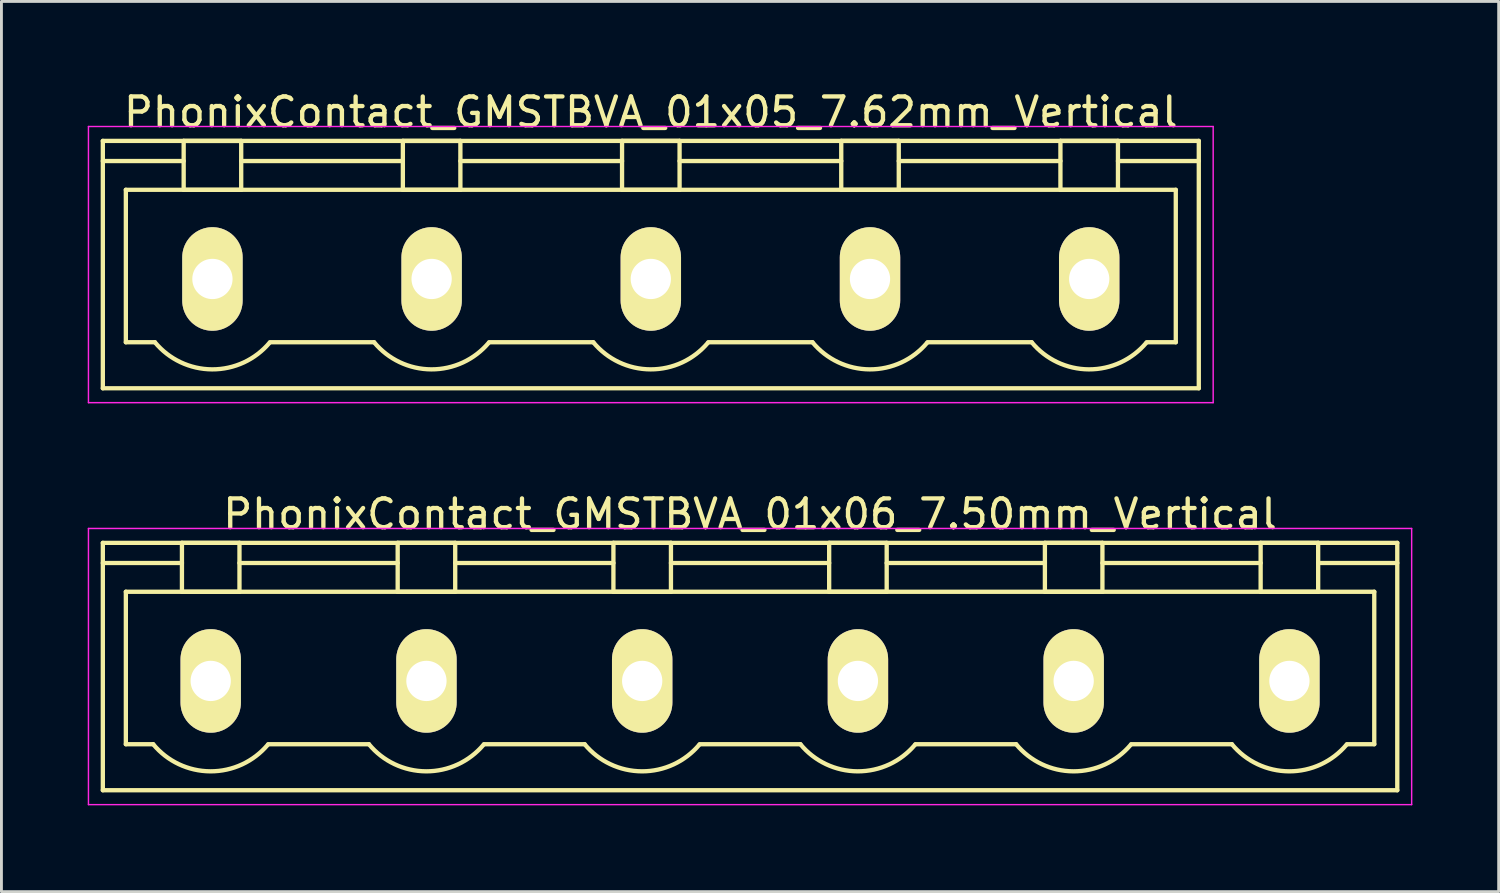
<source format=kicad_pcb>
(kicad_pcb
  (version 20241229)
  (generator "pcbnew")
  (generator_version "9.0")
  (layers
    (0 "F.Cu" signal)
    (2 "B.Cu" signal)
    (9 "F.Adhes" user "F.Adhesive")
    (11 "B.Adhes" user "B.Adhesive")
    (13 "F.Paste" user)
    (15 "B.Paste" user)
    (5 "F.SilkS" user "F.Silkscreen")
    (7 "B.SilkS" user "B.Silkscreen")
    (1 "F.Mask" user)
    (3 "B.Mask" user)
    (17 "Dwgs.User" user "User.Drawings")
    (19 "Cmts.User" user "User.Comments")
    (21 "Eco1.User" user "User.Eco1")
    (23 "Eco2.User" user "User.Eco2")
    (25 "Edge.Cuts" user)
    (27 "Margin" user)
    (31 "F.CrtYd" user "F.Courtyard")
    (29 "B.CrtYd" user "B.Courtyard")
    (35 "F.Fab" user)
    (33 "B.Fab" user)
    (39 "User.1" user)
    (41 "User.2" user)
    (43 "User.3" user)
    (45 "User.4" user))
  (footprint "PhonixContact_GMSTBVA_01x05_7.62mm_Vertical"
    (layer "F.Cu")
    (at 4.335 6.648)
    (property "Reference" "PhonixContact_GMSTBVA_01x05_7.62mm_Vertical" (at 15.24 -5.8 0) (layer "F.SilkS") (effects (font (size 1 1) (thickness 0.15))))
    (attr through_hole)
    (fp_line (start -3.81 -4.8) (end -3.81 3.8) (stroke (width 0.15) (type solid)) (layer "F.SilkS"))
    (fp_line (start -3.81 -4.1) (end -1 -4.1) (stroke (width 0.15) (type solid)) (layer "F.SilkS"))
    (fp_line (start -3.81 3.8) (end 34.29 3.8) (stroke (width 0.15) (type solid)) (layer "F.SilkS"))
    (fp_line (start -3.01 -3.1) (end 33.49 -3.1) (stroke (width 0.15) (type solid)) (layer "F.SilkS"))
    (fp_line (start -3.01 2.2) (end -3.01 -3.1) (stroke (width 0.15) (type solid)) (layer "F.SilkS"))
    (fp_line (start -2 2.2) (end -3.01 2.2) (stroke (width 0.15) (type solid)) (layer "F.SilkS"))
    (fp_line (start -1 -4.8) (end 1 -4.8) (stroke (width 0.15) (type solid)) (layer "F.SilkS"))
    (fp_line (start -1 -3.1) (end -1 -4.8) (stroke (width 0.15) (type solid)) (layer "F.SilkS"))
    (fp_line (start 1 -4.8) (end 1 -3.1) (stroke (width 0.15) (type solid)) (layer "F.SilkS"))
    (fp_line (start 1 -4.1) (end 6.62 -4.1) (stroke (width 0.15) (type solid)) (layer "F.SilkS"))
    (fp_line (start 1 -3.1) (end -1 -3.1) (stroke (width 0.15) (type solid)) (layer "F.SilkS"))
    (fp_line (start 2 2.2) (end 5.62 2.2) (stroke (width 0.15) (type solid)) (layer "F.SilkS"))
    (fp_line (start 6.62 -4.8) (end 8.62 -4.8) (stroke (width 0.15) (type solid)) (layer "F.SilkS"))
    (fp_line (start 6.62 -3.1) (end 6.62 -4.8) (stroke (width 0.15) (type solid)) (layer "F.SilkS"))
    (fp_line (start 8.62 -4.8) (end 8.62 -3.1) (stroke (width 0.15) (type solid)) (layer "F.SilkS"))
    (fp_line (start 8.62 -4.1) (end 14.24 -4.1) (stroke (width 0.15) (type solid)) (layer "F.SilkS"))
    (fp_line (start 8.62 -3.1) (end 6.62 -3.1) (stroke (width 0.15) (type solid)) (layer "F.SilkS"))
    (fp_line (start 9.62 2.2) (end 13.24 2.2) (stroke (width 0.15) (type solid)) (layer "F.SilkS"))
    (fp_line (start 14.24 -4.8) (end 16.24 -4.8) (stroke (width 0.15) (type solid)) (layer "F.SilkS"))
    (fp_line (start 14.24 -3.1) (end 14.24 -4.8) (stroke (width 0.15) (type solid)) (layer "F.SilkS"))
    (fp_line (start 16.24 -4.8) (end 16.24 -3.1) (stroke (width 0.15) (type solid)) (layer "F.SilkS"))
    (fp_line (start 16.24 -4.1) (end 21.86 -4.1) (stroke (width 0.15) (type solid)) (layer "F.SilkS"))
    (fp_line (start 16.24 -3.1) (end 14.24 -3.1) (stroke (width 0.15) (type solid)) (layer "F.SilkS"))
    (fp_line (start 17.24 2.2) (end 20.86 2.2) (stroke (width 0.15) (type solid)) (layer "F.SilkS"))
    (fp_line (start 21.86 -4.8) (end 23.86 -4.8) (stroke (width 0.15) (type solid)) (layer "F.SilkS"))
    (fp_line (start 21.86 -3.1) (end 21.86 -4.8) (stroke (width 0.15) (type solid)) (layer "F.SilkS"))
    (fp_line (start 23.86 -4.8) (end 23.86 -3.1) (stroke (width 0.15) (type solid)) (layer "F.SilkS"))
    (fp_line (start 23.86 -4.1) (end 29.48 -4.1) (stroke (width 0.15) (type solid)) (layer "F.SilkS"))
    (fp_line (start 23.86 -3.1) (end 21.86 -3.1) (stroke (width 0.15) (type solid)) (layer "F.SilkS"))
    (fp_line (start 24.86 2.2) (end 28.48 2.2) (stroke (width 0.15) (type solid)) (layer "F.SilkS"))
    (fp_line (start 29.48 -4.8) (end 31.48 -4.8) (stroke (width 0.15) (type solid)) (layer "F.SilkS"))
    (fp_line (start 29.48 -3.1) (end 29.48 -4.8) (stroke (width 0.15) (type solid)) (layer "F.SilkS"))
    (fp_line (start 31.48 -4.8) (end 31.48 -3.1) (stroke (width 0.15) (type solid)) (layer "F.SilkS"))
    (fp_line (start 31.48 -3.1) (end 29.48 -3.1) (stroke (width 0.15) (type solid)) (layer "F.SilkS"))
    (fp_line (start 33.49 -3.1) (end 33.49 2.2) (stroke (width 0.15) (type solid)) (layer "F.SilkS"))
    (fp_line (start 33.49 2.2) (end 32.48 2.2) (stroke (width 0.15) (type solid)) (layer "F.SilkS"))
    (fp_line (start 34.29 -4.8) (end -3.81 -4.8) (stroke (width 0.15) (type solid)) (layer "F.SilkS"))
    (fp_line (start 34.29 -4.1) (end 31.48 -4.1) (stroke (width 0.15) (type solid)) (layer "F.SilkS"))
    (fp_line (start 34.29 3.8) (end 34.29 -4.8) (stroke (width 0.15) (type solid)) (layer "F.SilkS"))
    (fp_arc (start 1.986842 2.215821) (mid -0.010289 3.142758) (end -2 2.2) (stroke (width 0.15) (type solid)) (layer "F.SilkS"))
    (fp_arc (start 9.606842 2.215821) (mid 7.609711 3.142758) (end 5.62 2.2) (stroke (width 0.15) (type solid)) (layer "F.SilkS"))
    (fp_arc (start 17.226842 2.215821) (mid 15.229711 3.142758) (end 13.24 2.2) (stroke (width 0.15) (type solid)) (layer "F.SilkS"))
    (fp_arc (start 24.846842 2.215821) (mid 22.849711 3.142758) (end 20.86 2.2) (stroke (width 0.15) (type solid)) (layer "F.SilkS"))
    (fp_arc (start 32.466842 2.215821) (mid 30.469711 3.142758) (end 28.48 2.2) (stroke (width 0.15) (type solid)) (layer "F.SilkS"))
    (fp_line (start -4.31 -5.3) (end -4.31 4.3) (stroke (width 0.05) (type solid)) (layer "F.CrtYd"))
    (fp_line (start -4.31 4.3) (end 34.79 4.3) (stroke (width 0.05) (type solid)) (layer "F.CrtYd"))
    (fp_line (start 34.79 -5.3) (end -4.31 -5.3) (stroke (width 0.05) (type solid)) (layer "F.CrtYd"))
    (fp_line (start 34.79 4.3) (end 34.79 -5.3) (stroke (width 0.05) (type solid)) (layer "F.CrtYd"))
    (pad "1" thru_hole oval (at 0 0) (size 2.1 3.6) (drill 1.4) (layers "*.Cu" "*.Mask" "F.SilkS"))
    (pad "2" thru_hole oval (at 7.62 0) (size 2.1 3.6) (drill 1.4) (layers "*.Cu" "*.Mask" "F.SilkS"))
    (pad "3" thru_hole oval (at 15.24 0) (size 2.1 3.6) (drill 1.4) (layers "*.Cu" "*.Mask" "F.SilkS"))
    (pad "4" thru_hole oval (at 22.86 0) (size 2.1 3.6) (drill 1.4) (layers "*.Cu" "*.Mask" "F.SilkS"))
    (pad "5" thru_hole oval (at 30.48 0) (size 2.1 3.6) (drill 1.4) (layers "*.Cu" "*.Mask" "F.SilkS")))
  (footprint "PhonixContact_GMSTBVA_01x06_7.50mm_Vertical"
    (layer "F.Cu")
    (at 4.275 20.622)
    (property "Reference" "PhonixContact_GMSTBVA_01x06_7.50mm_Vertical" (at 18.75 -5.8 0) (layer "F.SilkS") (effects (font (size 1 1) (thickness 0.15))))
    (attr through_hole)
    (fp_line (start -3.75 -4.8) (end -3.75 3.8) (stroke (width 0.15) (type solid)) (layer "F.SilkS"))
    (fp_line (start -3.75 -4.1) (end -1 -4.1) (stroke (width 0.15) (type solid)) (layer "F.SilkS"))
    (fp_line (start -3.75 3.8) (end 41.25 3.8) (stroke (width 0.15) (type solid)) (layer "F.SilkS"))
    (fp_line (start -2.95 -3.1) (end 40.45 -3.1) (stroke (width 0.15) (type solid)) (layer "F.SilkS"))
    (fp_line (start -2.95 2.2) (end -2.95 -3.1) (stroke (width 0.15) (type solid)) (layer "F.SilkS"))
    (fp_line (start -2 2.2) (end -2.95 2.2) (stroke (width 0.15) (type solid)) (layer "F.SilkS"))
    (fp_line (start -1 -4.8) (end 1 -4.8) (stroke (width 0.15) (type solid)) (layer "F.SilkS"))
    (fp_line (start -1 -3.1) (end -1 -4.8) (stroke (width 0.15) (type solid)) (layer "F.SilkS"))
    (fp_line (start 1 -4.8) (end 1 -3.1) (stroke (width 0.15) (type solid)) (layer "F.SilkS"))
    (fp_line (start 1 -4.1) (end 6.5 -4.1) (stroke (width 0.15) (type solid)) (layer "F.SilkS"))
    (fp_line (start 1 -3.1) (end -1 -3.1) (stroke (width 0.15) (type solid)) (layer "F.SilkS"))
    (fp_line (start 2 2.2) (end 5.5 2.2) (stroke (width 0.15) (type solid)) (layer "F.SilkS"))
    (fp_line (start 6.5 -4.8) (end 8.5 -4.8) (stroke (width 0.15) (type solid)) (layer "F.SilkS"))
    (fp_line (start 6.5 -3.1) (end 6.5 -4.8) (stroke (width 0.15) (type solid)) (layer "F.SilkS"))
    (fp_line (start 8.5 -4.8) (end 8.5 -3.1) (stroke (width 0.15) (type solid)) (layer "F.SilkS"))
    (fp_line (start 8.5 -4.1) (end 14 -4.1) (stroke (width 0.15) (type solid)) (layer "F.SilkS"))
    (fp_line (start 8.5 -3.1) (end 6.5 -3.1) (stroke (width 0.15) (type solid)) (layer "F.SilkS"))
    (fp_line (start 9.5 2.2) (end 13 2.2) (stroke (width 0.15) (type solid)) (layer "F.SilkS"))
    (fp_line (start 14 -4.8) (end 16 -4.8) (stroke (width 0.15) (type solid)) (layer "F.SilkS"))
    (fp_line (start 14 -3.1) (end 14 -4.8) (stroke (width 0.15) (type solid)) (layer "F.SilkS"))
    (fp_line (start 16 -4.8) (end 16 -3.1) (stroke (width 0.15) (type solid)) (layer "F.SilkS"))
    (fp_line (start 16 -4.1) (end 21.5 -4.1) (stroke (width 0.15) (type solid)) (layer "F.SilkS"))
    (fp_line (start 16 -3.1) (end 14 -3.1) (stroke (width 0.15) (type solid)) (layer "F.SilkS"))
    (fp_line (start 17 2.2) (end 20.5 2.2) (stroke (width 0.15) (type solid)) (layer "F.SilkS"))
    (fp_line (start 21.5 -4.8) (end 23.5 -4.8) (stroke (width 0.15) (type solid)) (layer "F.SilkS"))
    (fp_line (start 21.5 -3.1) (end 21.5 -4.8) (stroke (width 0.15) (type solid)) (layer "F.SilkS"))
    (fp_line (start 23.5 -4.8) (end 23.5 -3.1) (stroke (width 0.15) (type solid)) (layer "F.SilkS"))
    (fp_line (start 23.5 -4.1) (end 29 -4.1) (stroke (width 0.15) (type solid)) (layer "F.SilkS"))
    (fp_line (start 23.5 -3.1) (end 21.5 -3.1) (stroke (width 0.15) (type solid)) (layer "F.SilkS"))
    (fp_line (start 24.5 2.2) (end 28 2.2) (stroke (width 0.15) (type solid)) (layer "F.SilkS"))
    (fp_line (start 29 -4.8) (end 31 -4.8) (stroke (width 0.15) (type solid)) (layer "F.SilkS"))
    (fp_line (start 29 -3.1) (end 29 -4.8) (stroke (width 0.15) (type solid)) (layer "F.SilkS"))
    (fp_line (start 31 -4.8) (end 31 -3.1) (stroke (width 0.15) (type solid)) (layer "F.SilkS"))
    (fp_line (start 31 -4.1) (end 36.5 -4.1) (stroke (width 0.15) (type solid)) (layer "F.SilkS"))
    (fp_line (start 31 -3.1) (end 29 -3.1) (stroke (width 0.15) (type solid)) (layer "F.SilkS"))
    (fp_line (start 32 2.2) (end 35.5 2.2) (stroke (width 0.15) (type solid)) (layer "F.SilkS"))
    (fp_line (start 36.5 -4.8) (end 38.5 -4.8) (stroke (width 0.15) (type solid)) (layer "F.SilkS"))
    (fp_line (start 36.5 -3.1) (end 36.5 -4.8) (stroke (width 0.15) (type solid)) (layer "F.SilkS"))
    (fp_line (start 38.5 -4.8) (end 38.5 -3.1) (stroke (width 0.15) (type solid)) (layer "F.SilkS"))
    (fp_line (start 38.5 -3.1) (end 36.5 -3.1) (stroke (width 0.15) (type solid)) (layer "F.SilkS"))
    (fp_line (start 40.45 -3.1) (end 40.45 2.2) (stroke (width 0.15) (type solid)) (layer "F.SilkS"))
    (fp_line (start 40.45 2.2) (end 39.5 2.2) (stroke (width 0.15) (type solid)) (layer "F.SilkS"))
    (fp_line (start 41.25 -4.8) (end -3.75 -4.8) (stroke (width 0.15) (type solid)) (layer "F.SilkS"))
    (fp_line (start 41.25 -4.1) (end 38.5 -4.1) (stroke (width 0.15) (type solid)) (layer "F.SilkS"))
    (fp_line (start 41.25 3.8) (end 41.25 -4.8) (stroke (width 0.15) (type solid)) (layer "F.SilkS"))
    (fp_arc (start 1.986842 2.215821) (mid -0.010289 3.142758) (end -2 2.2) (stroke (width 0.15) (type solid)) (layer "F.SilkS"))
    (fp_arc (start 9.486842 2.215821) (mid 7.489711 3.142758) (end 5.5 2.2) (stroke (width 0.15) (type solid)) (layer "F.SilkS"))
    (fp_arc (start 16.986842 2.215821) (mid 14.989711 3.142758) (end 13 2.2) (stroke (width 0.15) (type solid)) (layer "F.SilkS"))
    (fp_arc (start 24.486842 2.215821) (mid 22.489711 3.142758) (end 20.5 2.2) (stroke (width 0.15) (type solid)) (layer "F.SilkS"))
    (fp_arc (start 31.986842 2.215821) (mid 29.989711 3.142758) (end 28 2.2) (stroke (width 0.15) (type solid)) (layer "F.SilkS"))
    (fp_arc (start 39.486842 2.215821) (mid 37.489711 3.142758) (end 35.5 2.2) (stroke (width 0.15) (type solid)) (layer "F.SilkS"))
    (fp_line (start -4.25 -5.3) (end -4.25 4.3) (stroke (width 0.05) (type solid)) (layer "F.CrtYd"))
    (fp_line (start -4.25 4.3) (end 41.75 4.3) (stroke (width 0.05) (type solid)) (layer "F.CrtYd"))
    (fp_line (start 41.75 -5.3) (end -4.25 -5.3) (stroke (width 0.05) (type solid)) (layer "F.CrtYd"))
    (fp_line (start 41.75 4.3) (end 41.75 -5.3) (stroke (width 0.05) (type solid)) (layer "F.CrtYd"))
    (pad "1" thru_hole oval (at 0 0) (size 2.1 3.6) (drill 1.4) (layers "*.Cu" "*.Mask" "F.SilkS"))
    (pad "2" thru_hole oval (at 7.5 0) (size 2.1 3.6) (drill 1.4) (layers "*.Cu" "*.Mask" "F.SilkS"))
    (pad "3" thru_hole oval (at 15 0) (size 2.1 3.6) (drill 1.4) (layers "*.Cu" "*.Mask" "F.SilkS"))
    (pad "4" thru_hole oval (at 22.5 0) (size 2.1 3.6) (drill 1.4) (layers "*.Cu" "*.Mask" "F.SilkS"))
    (pad "5" thru_hole oval (at 30 0) (size 2.1 3.6) (drill 1.4) (layers "*.Cu" "*.Mask" "F.SilkS"))
    (pad "6" thru_hole oval (at 37.5 0) (size 2.1 3.6) (drill 1.4) (layers "*.Cu" "*.Mask" "F.SilkS")))
  (gr_rect
    (start -3 -3)
    (end 49.05 27.947)
    (stroke (width 0.1) (type default))
    (fill no)
    (layer "Edge.Cuts")))
</source>
